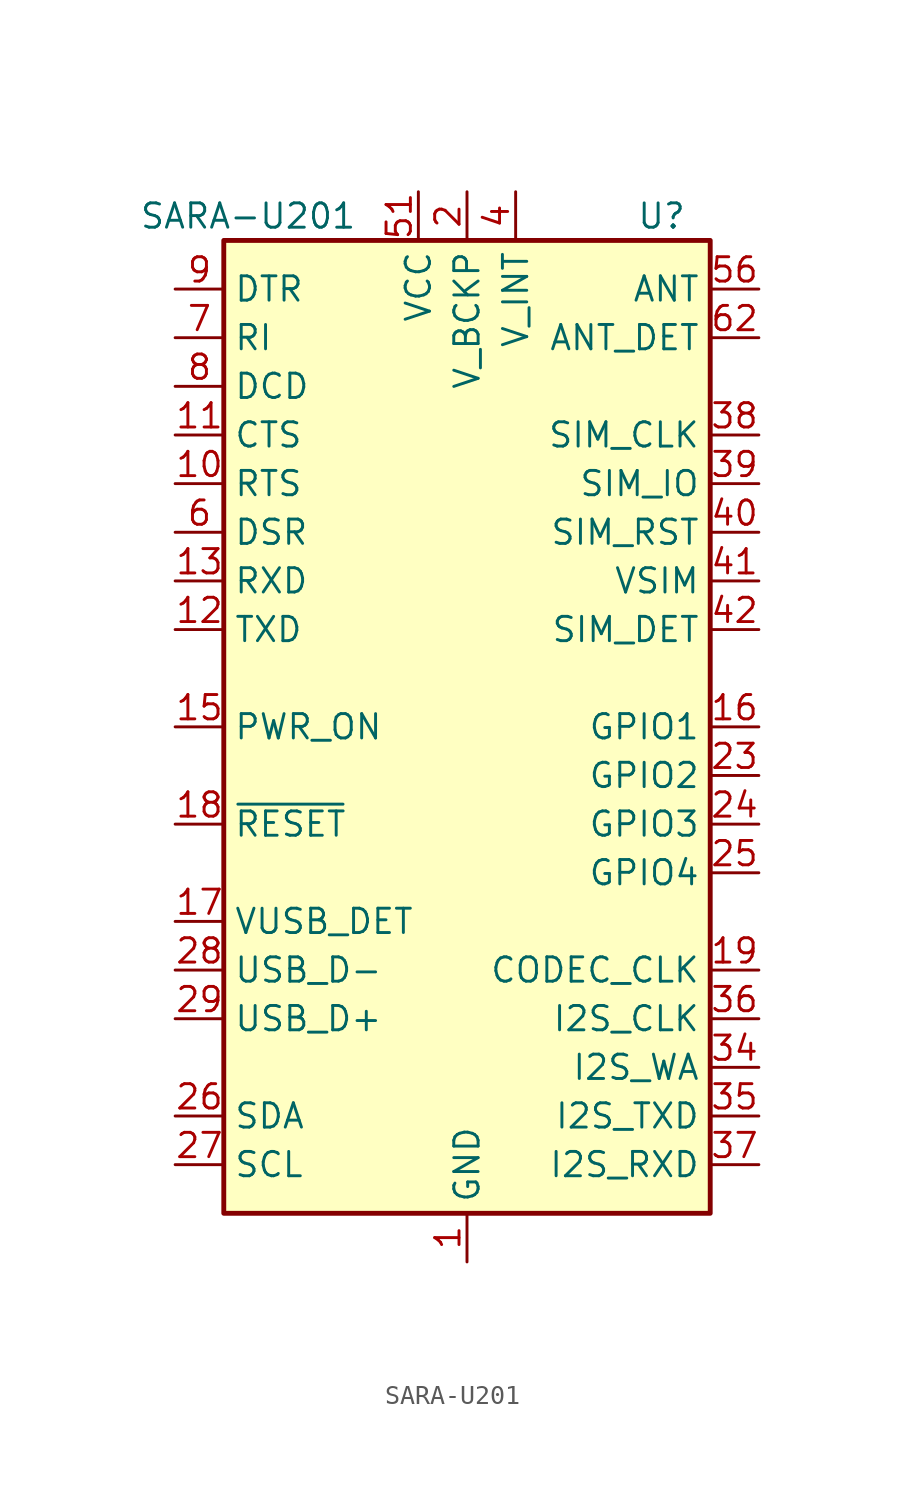
<source format=kicad_sym>
(kicad_symbol_lib
  (version 20241209)
  (generator "kicad_symbol_editor")
  (generator_version "9.0")
  (symbol "SARA-U201"
    (property "Reference" "U"
      (at 10.16 26.67 0)
      (effects (font (size 1.27 1.27))))
    (property "Value" "SARA-U201"
      (at -11.43 26.67 0)
      (effects (font (size 1.27 1.27))))
    (symbol "SARA-U201_0_1"
      (rectangle (start -12.7 25.4) (end 12.7 -25.4) (stroke (width 0.254) (type default)) (fill (type background))))
    (symbol "SARA-U201_1_1"
      (pin input line (at -15.24 22.86 0) (length 2.54) (name "DTR" (effects (font (size 1.27 1.27)))) (number "9" (effects (font (size 1.27 1.27)))))
      (pin output line (at -15.24 20.32 0) (length 2.54) (name "RI" (effects (font (size 1.27 1.27)))) (number "7" (effects (font (size 1.27 1.27)))))
      (pin output line (at -15.24 17.78 0) (length 2.54) (name "DCD" (effects (font (size 1.27 1.27)))) (number "8" (effects (font (size 1.27 1.27)))))
      (pin output line (at -15.24 15.24 0) (length 2.54) (name "CTS" (effects (font (size 1.27 1.27)))) (number "11" (effects (font (size 1.27 1.27)))))
      (pin input line (at -15.24 12.7 0) (length 2.54) (name "RTS" (effects (font (size 1.27 1.27)))) (number "10" (effects (font (size 1.27 1.27)))))
      (pin output line (at -15.24 10.16 0) (length 2.54) (name "DSR" (effects (font (size 1.27 1.27)))) (number "6" (effects (font (size 1.27 1.27)))))
      (pin output line (at -15.24 7.62 0) (length 2.54) (name "RXD" (effects (font (size 1.27 1.27)))) (number "13" (effects (font (size 1.27 1.27)))))
      (pin input line (at -15.24 5.08 0) (length 2.54) (name "TXD" (effects (font (size 1.27 1.27)))) (number "12" (effects (font (size 1.27 1.27)))))
      (pin input line (at -15.24 0 0) (length 2.54) (name "PWR_ON" (effects (font (size 1.27 1.27)))) (number "15" (effects (font (size 1.27 1.27)))))
      (pin input line (at -15.24 -5.08 0) (length 2.54) (name "~{RESET}" (effects (font (size 1.27 1.27)))) (number "18" (effects (font (size 1.27 1.27)))))
      (pin input line (at -15.24 -10.16 0) (length 2.54) (name "VUSB_DET" (effects (font (size 1.27 1.27)))) (number "17" (effects (font (size 1.27 1.27)))))
      (pin bidirectional line (at -15.24 -12.7 0) (length 2.54) (name "USB_D-" (effects (font (size 1.27 1.27)))) (number "28" (effects (font (size 1.27 1.27)))))
      (pin bidirectional line (at -15.24 -15.24 0) (length 2.54) (name "USB_D+" (effects (font (size 1.27 1.27)))) (number "29" (effects (font (size 1.27 1.27)))))
      (pin bidirectional line (at -15.24 -20.32 0) (length 2.54) (name "SDA" (effects (font (size 1.27 1.27)))) (number "26" (effects (font (size 1.27 1.27)))))
      (pin output line (at -15.24 -22.86 0) (length 2.54) (name "SCL" (effects (font (size 1.27 1.27)))) (number "27" (effects (font (size 1.27 1.27)))))
      (pin no_connect line (at -12.7 2.54 0) (length 2.54) (hide yes) (name "RSVD" (effects (font (size 1.27 1.27)))) (number "31" (effects (font (size 1.27 1.27)))))
      (pin no_connect line (at -12.7 -2.54 0) (length 2.54) (hide yes) (name "RSVD" (effects (font (size 1.27 1.27)))) (number "33" (effects (font (size 1.27 1.27)))))
      (pin no_connect line (at -12.7 -7.62 0) (length 2.54) (hide yes) (name "RSVD" (effects (font (size 1.27 1.27)))) (number "44" (effects (font (size 1.27 1.27)))))
      (pin no_connect line (at -12.7 -17.78 0) (length 2.54) (hide yes) (name "RSVD" (effects (font (size 1.27 1.27)))) (number "45" (effects (font (size 1.27 1.27)))))
      (pin power_in line (at -2.54 27.94 270) (length 2.54) (name "VCC" (effects (font (size 1.27 1.27)))) (number "51" (effects (font (size 1.27 1.27)))))
      (pin passive line (at -2.54 27.94 270) (length 2.54) (hide yes) (name "VCC" (effects (font (size 1.27 1.27)))) (number "52" (effects (font (size 1.27 1.27)))))
      (pin passive line (at -2.54 27.94 270) (length 2.54) (hide yes) (name "VCC" (effects (font (size 1.27 1.27)))) (number "53" (effects (font (size 1.27 1.27)))))
      (pin no_connect line (at -2.54 -25.4 90) (length 2.54) (hide yes) (name "RSVD" (effects (font (size 1.27 1.27)))) (number "46" (effects (font (size 1.27 1.27)))))
      (pin power_out line (at 0 27.94 270) (length 2.54) (name "V_BCKP" (effects (font (size 1.27 1.27)))) (number "2" (effects (font (size 1.27 1.27)))))
      (pin power_in line (at 0 -27.94 90) (length 2.54) (name "GND" (effects (font (size 1.27 1.27)))) (number "1" (effects (font (size 1.27 1.27)))))
      (pin passive line (at 0 -27.94 90) (length 2.54) (hide yes) (name "GND" (effects (font (size 1.27 1.27)))) (number "14" (effects (font (size 1.27 1.27)))))
      (pin passive line (at 0 -27.94 90) (length 2.54) (hide yes) (name "GND" (effects (font (size 1.27 1.27)))) (number "20" (effects (font (size 1.27 1.27)))))
      (pin passive line (at 0 -27.94 90) (length 2.54) (hide yes) (name "GND" (effects (font (size 1.27 1.27)))) (number "21" (effects (font (size 1.27 1.27)))))
      (pin passive line (at 0 -27.94 90) (length 2.54) (hide yes) (name "GND" (effects (font (size 1.27 1.27)))) (number "22" (effects (font (size 1.27 1.27)))))
      (pin passive line (at 0 -27.94 90) (length 2.54) (hide yes) (name "GND" (effects (font (size 1.27 1.27)))) (number "3" (effects (font (size 1.27 1.27)))))
      (pin passive line (at 0 -27.94 90) (length 2.54) (hide yes) (name "GND" (effects (font (size 1.27 1.27)))) (number "30" (effects (font (size 1.27 1.27)))))
      (pin passive line (at 0 -27.94 90) (length 2.54) (hide yes) (name "GND" (effects (font (size 1.27 1.27)))) (number "32" (effects (font (size 1.27 1.27)))))
      (pin passive line (at 0 -27.94 90) (length 2.54) (hide yes) (name "GND" (effects (font (size 1.27 1.27)))) (number "43" (effects (font (size 1.27 1.27)))))
      (pin passive line (at 0 -27.94 90) (length 2.54) (hide yes) (name "GND" (effects (font (size 1.27 1.27)))) (number "5" (effects (font (size 1.27 1.27)))))
      (pin passive line (at 0 -27.94 90) (length 2.54) (hide yes) (name "GND" (effects (font (size 1.27 1.27)))) (number "50" (effects (font (size 1.27 1.27)))))
      (pin passive line (at 0 -27.94 90) (length 2.54) (hide yes) (name "GND" (effects (font (size 1.27 1.27)))) (number "54" (effects (font (size 1.27 1.27)))))
      (pin passive line (at 0 -27.94 90) (length 2.54) (hide yes) (name "GND" (effects (font (size 1.27 1.27)))) (number "55" (effects (font (size 1.27 1.27)))))
      (pin passive line (at 0 -27.94 90) (length 2.54) (hide yes) (name "GND" (effects (font (size 1.27 1.27)))) (number "57" (effects (font (size 1.27 1.27)))))
      (pin passive line (at 0 -27.94 90) (length 2.54) (hide yes) (name "GND" (effects (font (size 1.27 1.27)))) (number "58" (effects (font (size 1.27 1.27)))))
      (pin passive line (at 0 -27.94 90) (length 2.54) (hide yes) (name "GND" (effects (font (size 1.27 1.27)))) (number "59" (effects (font (size 1.27 1.27)))))
      (pin passive line (at 0 -27.94 90) (length 2.54) (hide yes) (name "GND" (effects (font (size 1.27 1.27)))) (number "60" (effects (font (size 1.27 1.27)))))
      (pin passive line (at 0 -27.94 90) (length 2.54) (hide yes) (name "GND" (effects (font (size 1.27 1.27)))) (number "61" (effects (font (size 1.27 1.27)))))
      (pin passive line (at 0 -27.94 90) (length 2.54) (hide yes) (name "GND" (effects (font (size 1.27 1.27)))) (number "63" (effects (font (size 1.27 1.27)))))
      (pin passive line (at 0 -27.94 90) (length 2.54) (hide yes) (name "GND" (effects (font (size 1.27 1.27)))) (number "64" (effects (font (size 1.27 1.27)))))
      (pin passive line (at 0 -27.94 90) (length 2.54) (hide yes) (name "GND" (effects (font (size 1.27 1.27)))) (number "65" (effects (font (size 1.27 1.27)))))
      (pin passive line (at 0 -27.94 90) (length 2.54) (hide yes) (name "GND" (effects (font (size 1.27 1.27)))) (number "66" (effects (font (size 1.27 1.27)))))
      (pin passive line (at 0 -27.94 90) (length 2.54) (hide yes) (name "GND" (effects (font (size 1.27 1.27)))) (number "67" (effects (font (size 1.27 1.27)))))
      (pin passive line (at 0 -27.94 90) (length 2.54) (hide yes) (name "GND" (effects (font (size 1.27 1.27)))) (number "68" (effects (font (size 1.27 1.27)))))
      (pin passive line (at 0 -27.94 90) (length 2.54) (hide yes) (name "GND" (effects (font (size 1.27 1.27)))) (number "69" (effects (font (size 1.27 1.27)))))
      (pin passive line (at 0 -27.94 90) (length 2.54) (hide yes) (name "GND" (effects (font (size 1.27 1.27)))) (number "70" (effects (font (size 1.27 1.27)))))
      (pin passive line (at 0 -27.94 90) (length 2.54) (hide yes) (name "GND" (effects (font (size 1.27 1.27)))) (number "71" (effects (font (size 1.27 1.27)))))
      (pin passive line (at 0 -27.94 90) (length 2.54) (hide yes) (name "GND" (effects (font (size 1.27 1.27)))) (number "72" (effects (font (size 1.27 1.27)))))
      (pin passive line (at 0 -27.94 90) (length 2.54) (hide yes) (name "GND" (effects (font (size 1.27 1.27)))) (number "73" (effects (font (size 1.27 1.27)))))
      (pin passive line (at 0 -27.94 90) (length 2.54) (hide yes) (name "GND" (effects (font (size 1.27 1.27)))) (number "74" (effects (font (size 1.27 1.27)))))
      (pin passive line (at 0 -27.94 90) (length 2.54) (hide yes) (name "GND" (effects (font (size 1.27 1.27)))) (number "75" (effects (font (size 1.27 1.27)))))
      (pin passive line (at 0 -27.94 90) (length 2.54) (hide yes) (name "GND" (effects (font (size 1.27 1.27)))) (number "76" (effects (font (size 1.27 1.27)))))
      (pin passive line (at 0 -27.94 90) (length 2.54) (hide yes) (name "GND" (effects (font (size 1.27 1.27)))) (number "77" (effects (font (size 1.27 1.27)))))
      (pin passive line (at 0 -27.94 90) (length 2.54) (hide yes) (name "GND" (effects (font (size 1.27 1.27)))) (number "78" (effects (font (size 1.27 1.27)))))
      (pin passive line (at 0 -27.94 90) (length 2.54) (hide yes) (name "GND" (effects (font (size 1.27 1.27)))) (number "79" (effects (font (size 1.27 1.27)))))
      (pin passive line (at 0 -27.94 90) (length 2.54) (hide yes) (name "GND" (effects (font (size 1.27 1.27)))) (number "80" (effects (font (size 1.27 1.27)))))
      (pin passive line (at 0 -27.94 90) (length 2.54) (hide yes) (name "GND" (effects (font (size 1.27 1.27)))) (number "81" (effects (font (size 1.27 1.27)))))
      (pin passive line (at 0 -27.94 90) (length 2.54) (hide yes) (name "GND" (effects (font (size 1.27 1.27)))) (number "82" (effects (font (size 1.27 1.27)))))
      (pin passive line (at 0 -27.94 90) (length 2.54) (hide yes) (name "GND" (effects (font (size 1.27 1.27)))) (number "83" (effects (font (size 1.27 1.27)))))
      (pin passive line (at 0 -27.94 90) (length 2.54) (hide yes) (name "GND" (effects (font (size 1.27 1.27)))) (number "84" (effects (font (size 1.27 1.27)))))
      (pin passive line (at 0 -27.94 90) (length 2.54) (hide yes) (name "GND" (effects (font (size 1.27 1.27)))) (number "85" (effects (font (size 1.27 1.27)))))
      (pin passive line (at 0 -27.94 90) (length 2.54) (hide yes) (name "GND" (effects (font (size 1.27 1.27)))) (number "86" (effects (font (size 1.27 1.27)))))
      (pin passive line (at 0 -27.94 90) (length 2.54) (hide yes) (name "GND" (effects (font (size 1.27 1.27)))) (number "87" (effects (font (size 1.27 1.27)))))
      (pin passive line (at 0 -27.94 90) (length 2.54) (hide yes) (name "GND" (effects (font (size 1.27 1.27)))) (number "88" (effects (font (size 1.27 1.27)))))
      (pin passive line (at 0 -27.94 90) (length 2.54) (hide yes) (name "GND" (effects (font (size 1.27 1.27)))) (number "89" (effects (font (size 1.27 1.27)))))
      (pin passive line (at 0 -27.94 90) (length 2.54) (hide yes) (name "GND" (effects (font (size 1.27 1.27)))) (number "90" (effects (font (size 1.27 1.27)))))
      (pin passive line (at 0 -27.94 90) (length 2.54) (hide yes) (name "GND" (effects (font (size 1.27 1.27)))) (number "91" (effects (font (size 1.27 1.27)))))
      (pin passive line (at 0 -27.94 90) (length 2.54) (hide yes) (name "GND" (effects (font (size 1.27 1.27)))) (number "92" (effects (font (size 1.27 1.27)))))
      (pin passive line (at 0 -27.94 90) (length 2.54) (hide yes) (name "GND" (effects (font (size 1.27 1.27)))) (number "93" (effects (font (size 1.27 1.27)))))
      (pin passive line (at 0 -27.94 90) (length 2.54) (hide yes) (name "GND" (effects (font (size 1.27 1.27)))) (number "94" (effects (font (size 1.27 1.27)))))
      (pin passive line (at 0 -27.94 90) (length 2.54) (hide yes) (name "GND" (effects (font (size 1.27 1.27)))) (number "95" (effects (font (size 1.27 1.27)))))
      (pin passive line (at 0 -27.94 90) (length 2.54) (hide yes) (name "GND" (effects (font (size 1.27 1.27)))) (number "96" (effects (font (size 1.27 1.27)))))
      (pin power_out line (at 2.54 27.94 270) (length 2.54) (name "V_INT" (effects (font (size 1.27 1.27)))) (number "4" (effects (font (size 1.27 1.27)))))
      (pin no_connect line (at 12.7 17.78 180) (length 2.54) (hide yes) (name "RSVD" (effects (font (size 1.27 1.27)))) (number "49" (effects (font (size 1.27 1.27)))))
      (pin no_connect line (at 12.7 2.54 180) (length 2.54) (hide yes) (name "RSVD" (effects (font (size 1.27 1.27)))) (number "48" (effects (font (size 1.27 1.27)))))
      (pin no_connect line (at 12.7 -10.16 180) (length 2.54) (hide yes) (name "RSVD" (effects (font (size 1.27 1.27)))) (number "47" (effects (font (size 1.27 1.27)))))
      (pin passive line (at 15.24 22.86 180) (length 2.54) (name "ANT" (effects (font (size 1.27 1.27)))) (number "56" (effects (font (size 1.27 1.27)))))
      (pin input line (at 15.24 20.32 180) (length 2.54) (name "ANT_DET" (effects (font (size 1.27 1.27)))) (number "62" (effects (font (size 1.27 1.27)))))
      (pin output line (at 15.24 15.24 180) (length 2.54) (name "SIM_CLK" (effects (font (size 1.27 1.27)))) (number "38" (effects (font (size 1.27 1.27)))))
      (pin bidirectional line (at 15.24 12.7 180) (length 2.54) (name "SIM_IO" (effects (font (size 1.27 1.27)))) (number "39" (effects (font (size 1.27 1.27)))))
      (pin output line (at 15.24 10.16 180) (length 2.54) (name "SIM_RST" (effects (font (size 1.27 1.27)))) (number "40" (effects (font (size 1.27 1.27)))))
      (pin power_out line (at 15.24 7.62 180) (length 2.54) (name "VSIM" (effects (font (size 1.27 1.27)))) (number "41" (effects (font (size 1.27 1.27)))))
      (pin input line (at 15.24 5.08 180) (length 2.54) (name "SIM_DET" (effects (font (size 1.27 1.27)))) (number "42" (effects (font (size 1.27 1.27)))))
      (pin bidirectional line (at 15.24 0 180) (length 2.54) (name "GPIO1" (effects (font (size 1.27 1.27)))) (number "16" (effects (font (size 1.27 1.27)))))
      (pin bidirectional line (at 15.24 -2.54 180) (length 2.54) (name "GPIO2" (effects (font (size 1.27 1.27)))) (number "23" (effects (font (size 1.27 1.27)))))
      (pin bidirectional line (at 15.24 -5.08 180) (length 2.54) (name "GPIO3" (effects (font (size 1.27 1.27)))) (number "24" (effects (font (size 1.27 1.27)))))
      (pin bidirectional line (at 15.24 -7.62 180) (length 2.54) (name "GPIO4" (effects (font (size 1.27 1.27)))) (number "25" (effects (font (size 1.27 1.27)))))
      (pin output line (at 15.24 -12.7 180) (length 2.54) (name "CODEC_CLK" (effects (font (size 1.27 1.27)))) (number "19" (effects (font (size 1.27 1.27)))))
      (pin output line (at 15.24 -15.24 180) (length 2.54) (name "I2S_CLK" (effects (font (size 1.27 1.27)))) (number "36" (effects (font (size 1.27 1.27)))))
      (pin bidirectional line (at 15.24 -17.78 180) (length 2.54) (name "I2S_WA" (effects (font (size 1.27 1.27)))) (number "34" (effects (font (size 1.27 1.27)))))
      (pin output line (at 15.24 -20.32 180) (length 2.54) (name "I2S_TXD" (effects (font (size 1.27 1.27)))) (number "35" (effects (font (size 1.27 1.27)))))
      (pin input line (at 15.24 -22.86 180) (length 2.54) (name "I2S_RXD" (effects (font (size 1.27 1.27)))) (number "37" (effects (font (size 1.27 1.27))))))))
</source>
